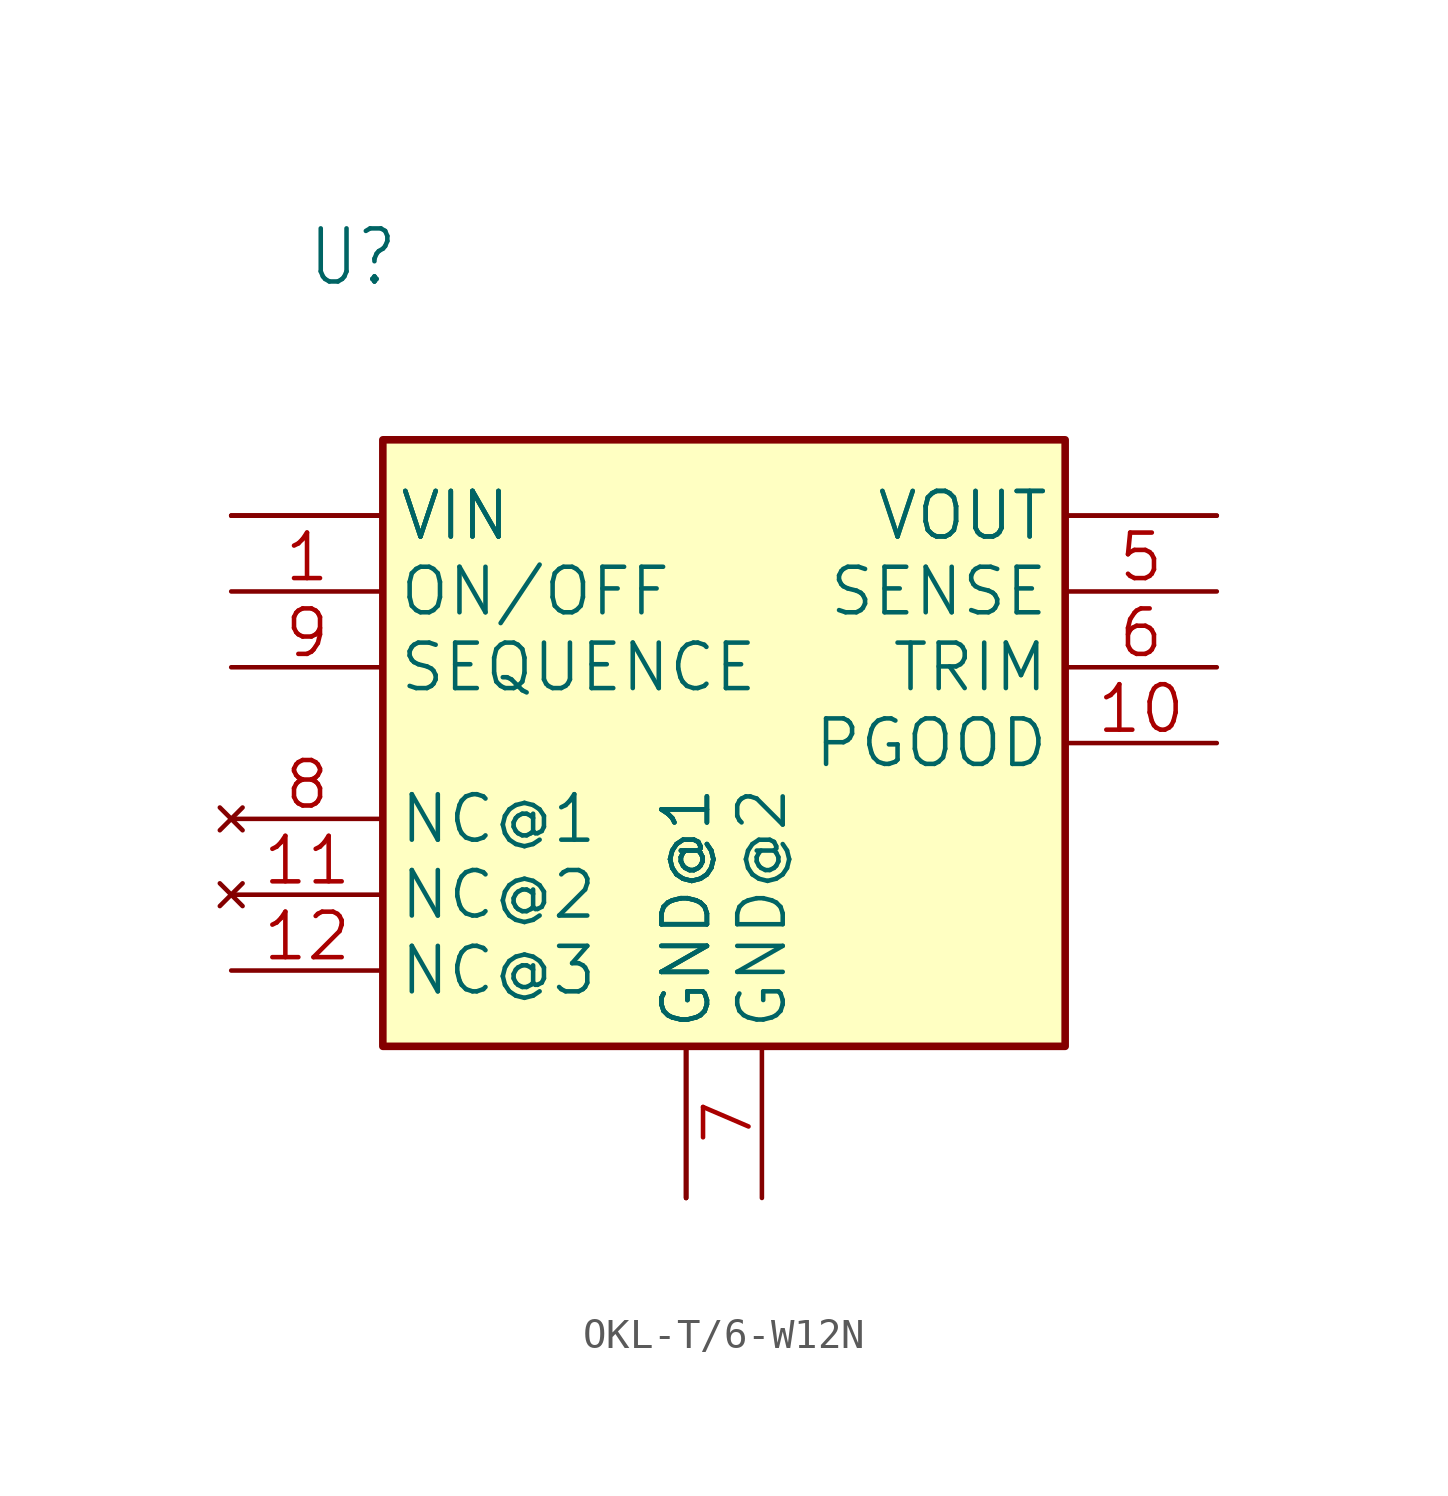
<source format=kicad_sym>
(kicad_symbol_lib
  (version 20241209)
  (generator "kicad_symbol_editor")
  (generator_version "9.0")
  (symbol "OKL-T/6-W12N"
    (property "Reference" "U"
      (at -12.7 12.7 0)
      (effects (font (size 1.778 1.511)) (justify left bottom)))
    (property "Value" ""
      (at -12.7 10.16 0)
      (effects (font (size 1.778 1.511)) (justify left bottom)))
    (property "ki_locked" ""
      (at 0 0 0)
      (effects (font (size 1.27 1.27))))
    (symbol "OKL-T/6-W12N_1_0"
      (pin power_in line (at -15.24 5.08 0) (length 5.08) (name "VIN" (effects (font (size 1.524 1.524)))) (number "2" (effects (font (size 0 0)))))
      (pin power_in line (at -15.24 5.08 0) (length 5.08) (name "VIN" (effects (font (size 1.524 1.524)))) (number "2@2" (effects (font (size 0 0)))))
      (pin power_in line (at -15.24 5.08 0) (length 5.08) (name "VIN" (effects (font (size 1.524 1.524)))) (number "2@3" (effects (font (size 0 0)))))
      (pin input line (at -15.24 2.54 0) (length 5.08) (name "ON/OFF" (effects (font (size 1.524 1.524)))) (number "1" (effects (font (size 1.524 1.524)))))
      (pin input line (at -15.24 0 0) (length 5.08) (name "SEQUENCE" (effects (font (size 1.524 1.524)))) (number "9" (effects (font (size 1.524 1.524)))))
      (pin no_connect line (at -15.24 -5.08 0) (length 5.08) (name "NC@1" (effects (font (size 1.524 1.524)))) (number "8" (effects (font (size 1.524 1.524)))))
      (pin no_connect line (at -15.24 -7.62 0) (length 5.08) (name "NC@2" (effects (font (size 1.524 1.524)))) (number "11" (effects (font (size 1.524 1.524)))))
      (pin bidirectional line (at -15.24 -10.16 0) (length 5.08) (name "NC@3" (effects (font (size 1.524 1.524)))) (number "12" (effects (font (size 1.524 1.524)))))
      (pin power_in line (at 0 -17.78 90) (length 5.08) (name "GND@1" (effects (font (size 1.524 1.524)))) (number "3" (effects (font (size 0 0)))))
      (pin power_in line (at 0 -17.78 90) (length 5.08) (name "GND@1" (effects (font (size 1.524 1.524)))) (number "3@2" (effects (font (size 0 0)))))
      (pin power_in line (at 0 -17.78 90) (length 5.08) (name "GND@1" (effects (font (size 1.524 1.524)))) (number "3@3" (effects (font (size 0 0)))))
      (pin power_in line (at 2.54 -17.78 90) (length 5.08) (name "GND@2" (effects (font (size 1.524 1.524)))) (number "7" (effects (font (size 1.524 1.524)))))
      (pin power_in line (at 17.78 5.08 180) (length 5.08) (name "VOUT" (effects (font (size 1.524 1.524)))) (number "4" (effects (font (size 0 0)))))
      (pin power_in line (at 17.78 5.08 180) (length 5.08) (name "VOUT" (effects (font (size 1.524 1.524)))) (number "4@1" (effects (font (size 0 0)))))
      (pin input line (at 17.78 2.54 180) (length 5.08) (name "SENSE" (effects (font (size 1.524 1.524)))) (number "5" (effects (font (size 1.524 1.524)))))
      (pin input line (at 17.78 0 180) (length 5.08) (name "TRIM" (effects (font (size 1.524 1.524)))) (number "6" (effects (font (size 1.524 1.524)))))
      (pin open_collector line (at 17.78 -2.54 180) (length 5.08) (name "PGOOD" (effects (font (size 1.524 1.524)))) (number "10" (effects (font (size 1.524 1.524))))))
    (symbol "OKL-T/6-W12N_1_1"
      (rectangle (start -10.16 7.62) (end 12.7 -12.7) (stroke (width 0.254) (type default)) (fill (type background))))))
</source>
